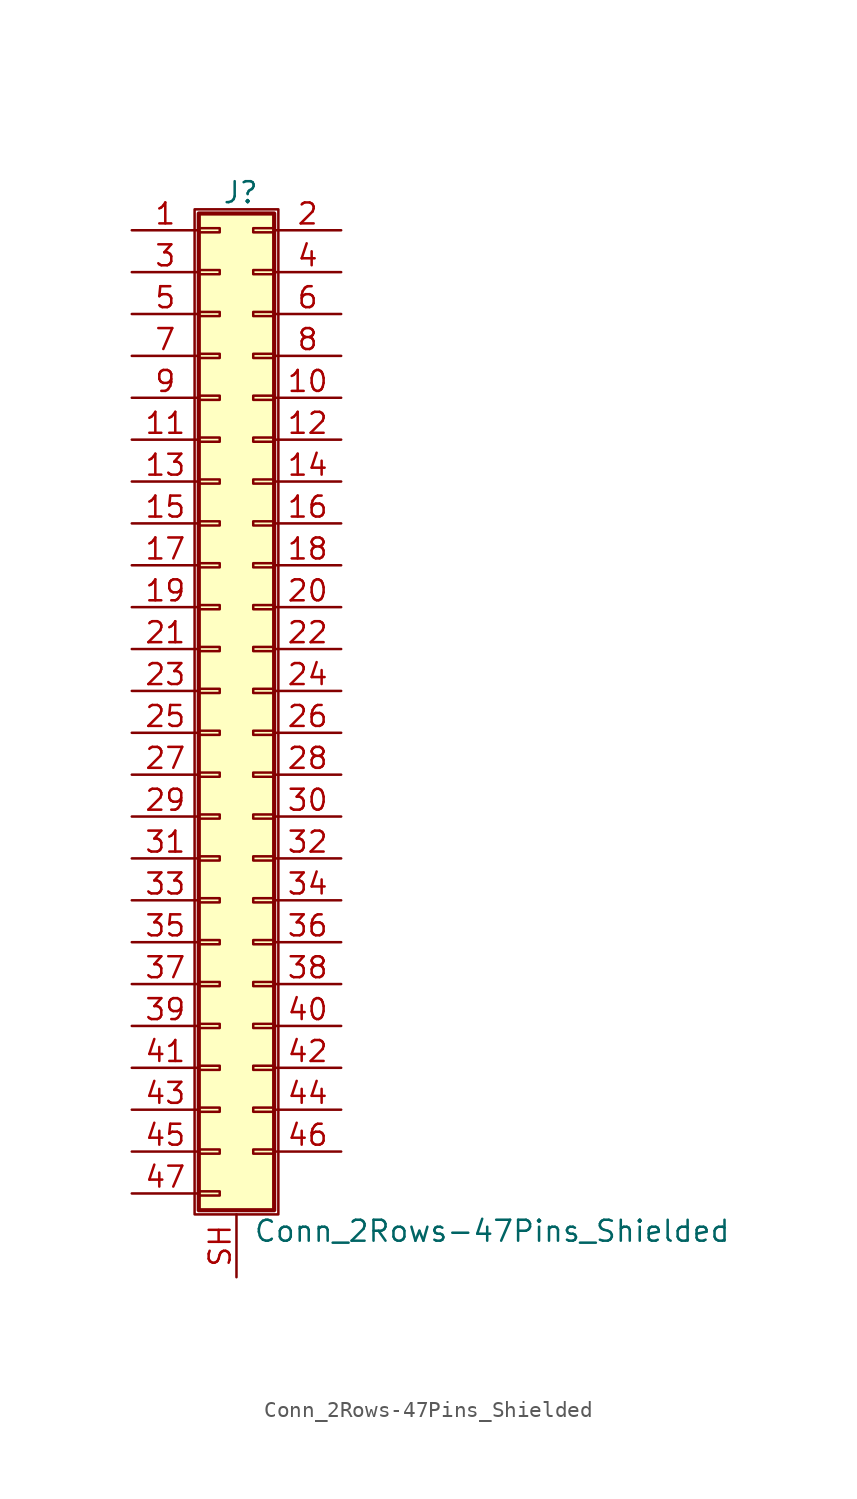
<source format=kicad_sym>
(kicad_symbol_lib
  (version 20211014)
  (generator kicad_symbol_editor)
  (symbol "Conn_2Rows-47Pins_Shielded"
    (pin_names
      (offset 1.016) hide)
    (property "Reference" "J"
      (at 1.524 30.226 0)
      (effects (font (size 1.27 1.27))))
    (property "Value" "Conn_2Rows-47Pins_Shielded"
      (at 2.286 -32.766 0)
      (effects (font (size 1.27 1.27)) (justify left)))
    (symbol "Conn_2Rows-47Pins_Shielded_1_1"
      (rectangle (start -1.27 29.21) (end 3.81 -31.75) (stroke (width 0.152) (type default) (color 0 0 0 0)) (fill (type none)))
      (rectangle (start -1.016 -30.353) (end 0.254 -30.607) (stroke (width 0.152) (type default) (color 0 0 0 0)) (fill (type none)))
      (rectangle (start -1.016 -27.813) (end 0.254 -28.067) (stroke (width 0.152) (type default) (color 0 0 0 0)) (fill (type none)))
      (rectangle (start -1.016 -25.273) (end 0.254 -25.527) (stroke (width 0.152) (type default) (color 0 0 0 0)) (fill (type none)))
      (rectangle (start -1.016 -22.733) (end 0.254 -22.987) (stroke (width 0.152) (type default) (color 0 0 0 0)) (fill (type none)))
      (rectangle (start -1.016 -20.193) (end 0.254 -20.447) (stroke (width 0.152) (type default) (color 0 0 0 0)) (fill (type none)))
      (rectangle (start -1.016 -17.653) (end 0.254 -17.907) (stroke (width 0.152) (type default) (color 0 0 0 0)) (fill (type none)))
      (rectangle (start -1.016 -15.113) (end 0.254 -15.367) (stroke (width 0.152) (type default) (color 0 0 0 0)) (fill (type none)))
      (rectangle (start -1.016 -12.573) (end 0.254 -12.827) (stroke (width 0.152) (type default) (color 0 0 0 0)) (fill (type none)))
      (rectangle (start -1.016 -10.033) (end 0.254 -10.287) (stroke (width 0.152) (type default) (color 0 0 0 0)) (fill (type none)))
      (rectangle (start -1.016 -7.493) (end 0.254 -7.747) (stroke (width 0.152) (type default) (color 0 0 0 0)) (fill (type none)))
      (rectangle (start -1.016 -4.953) (end 0.254 -5.207) (stroke (width 0.152) (type default) (color 0 0 0 0)) (fill (type none)))
      (rectangle (start -1.016 -2.413) (end 0.254 -2.667) (stroke (width 0.152) (type default) (color 0 0 0 0)) (fill (type none)))
      (rectangle (start -1.016 0.127) (end 0.254 -0.127) (stroke (width 0.152) (type default) (color 0 0 0 0)) (fill (type none)))
      (rectangle (start -1.016 2.667) (end 0.254 2.413) (stroke (width 0.152) (type default) (color 0 0 0 0)) (fill (type none)))
      (rectangle (start -1.016 5.207) (end 0.254 4.953) (stroke (width 0.152) (type default) (color 0 0 0 0)) (fill (type none)))
      (rectangle (start -1.016 7.747) (end 0.254 7.493) (stroke (width 0.152) (type default) (color 0 0 0 0)) (fill (type none)))
      (rectangle (start -1.016 10.287) (end 0.254 10.033) (stroke (width 0.152) (type default) (color 0 0 0 0)) (fill (type none)))
      (rectangle (start -1.016 12.827) (end 0.254 12.573) (stroke (width 0.152) (type default) (color 0 0 0 0)) (fill (type none)))
      (rectangle (start -1.016 15.367) (end 0.254 15.113) (stroke (width 0.152) (type default) (color 0 0 0 0)) (fill (type none)))
      (rectangle (start -1.016 17.907) (end 0.254 17.653) (stroke (width 0.152) (type default) (color 0 0 0 0)) (fill (type none)))
      (rectangle (start -1.016 20.447) (end 0.254 20.193) (stroke (width 0.152) (type default) (color 0 0 0 0)) (fill (type none)))
      (rectangle (start -1.016 22.987) (end 0.254 22.733) (stroke (width 0.152) (type default) (color 0 0 0 0)) (fill (type none)))
      (rectangle (start -1.016 25.527) (end 0.254 25.273) (stroke (width 0.152) (type default) (color 0 0 0 0)) (fill (type none)))
      (rectangle (start -1.016 28.067) (end 0.254 27.813) (stroke (width 0.152) (type default) (color 0 0 0 0)) (fill (type none)))
      (rectangle (start -1.016 28.956) (end 3.556 -31.496) (stroke (width 0.254) (type default) (color 0 0 0 0)) (fill (type background)))
      (rectangle (start 3.556 -27.813) (end 2.286 -28.067) (stroke (width 0.152) (type default) (color 0 0 0 0)) (fill (type none)))
      (rectangle (start 3.556 -25.273) (end 2.286 -25.527) (stroke (width 0.152) (type default) (color 0 0 0 0)) (fill (type none)))
      (rectangle (start 3.556 -22.733) (end 2.286 -22.987) (stroke (width 0.152) (type default) (color 0 0 0 0)) (fill (type none)))
      (rectangle (start 3.556 -20.193) (end 2.286 -20.447) (stroke (width 0.152) (type default) (color 0 0 0 0)) (fill (type none)))
      (rectangle (start 3.556 -17.653) (end 2.286 -17.907) (stroke (width 0.152) (type default) (color 0 0 0 0)) (fill (type none)))
      (rectangle (start 3.556 -15.113) (end 2.286 -15.367) (stroke (width 0.152) (type default) (color 0 0 0 0)) (fill (type none)))
      (rectangle (start 3.556 -12.573) (end 2.286 -12.827) (stroke (width 0.152) (type default) (color 0 0 0 0)) (fill (type none)))
      (rectangle (start 3.556 -10.033) (end 2.286 -10.287) (stroke (width 0.152) (type default) (color 0 0 0 0)) (fill (type none)))
      (rectangle (start 3.556 -7.493) (end 2.286 -7.747) (stroke (width 0.152) (type default) (color 0 0 0 0)) (fill (type none)))
      (rectangle (start 3.556 -4.953) (end 2.286 -5.207) (stroke (width 0.152) (type default) (color 0 0 0 0)) (fill (type none)))
      (rectangle (start 3.556 -2.413) (end 2.286 -2.667) (stroke (width 0.152) (type default) (color 0 0 0 0)) (fill (type none)))
      (rectangle (start 3.556 0.127) (end 2.286 -0.127) (stroke (width 0.152) (type default) (color 0 0 0 0)) (fill (type none)))
      (rectangle (start 3.556 2.667) (end 2.286 2.413) (stroke (width 0.152) (type default) (color 0 0 0 0)) (fill (type none)))
      (rectangle (start 3.556 5.207) (end 2.286 4.953) (stroke (width 0.152) (type default) (color 0 0 0 0)) (fill (type none)))
      (rectangle (start 3.556 7.747) (end 2.286 7.493) (stroke (width 0.152) (type default) (color 0 0 0 0)) (fill (type none)))
      (rectangle (start 3.556 10.287) (end 2.286 10.033) (stroke (width 0.152) (type default) (color 0 0 0 0)) (fill (type none)))
      (rectangle (start 3.556 12.827) (end 2.286 12.573) (stroke (width 0.152) (type default) (color 0 0 0 0)) (fill (type none)))
      (rectangle (start 3.556 15.367) (end 2.286 15.113) (stroke (width 0.152) (type default) (color 0 0 0 0)) (fill (type none)))
      (rectangle (start 3.556 17.907) (end 2.286 17.653) (stroke (width 0.152) (type default) (color 0 0 0 0)) (fill (type none)))
      (rectangle (start 3.556 20.447) (end 2.286 20.193) (stroke (width 0.152) (type default) (color 0 0 0 0)) (fill (type none)))
      (rectangle (start 3.556 22.987) (end 2.286 22.733) (stroke (width 0.152) (type default) (color 0 0 0 0)) (fill (type none)))
      (rectangle (start 3.556 25.527) (end 2.286 25.273) (stroke (width 0.152) (type default) (color 0 0 0 0)) (fill (type none)))
      (rectangle (start 3.556 28.067) (end 2.286 27.813) (stroke (width 0.152) (type default) (color 0 0 0 0)) (fill (type none)))
      (pin passive line (at -5.08 27.94 0) (length 4.064) (name "Pin_1" (effects (font (size 1.27 1.27)))) (number "1" (effects (font (size 1.27 1.27)))))
      (pin passive line (at 7.62 17.78 180) (length 4.064) (name "Pin_10" (effects (font (size 1.27 1.27)))) (number "10" (effects (font (size 1.27 1.27)))))
      (pin passive line (at -5.08 15.24 0) (length 4.064) (name "Pin_11" (effects (font (size 1.27 1.27)))) (number "11" (effects (font (size 1.27 1.27)))))
      (pin passive line (at 7.62 15.24 180) (length 4.064) (name "Pin_12" (effects (font (size 1.27 1.27)))) (number "12" (effects (font (size 1.27 1.27)))))
      (pin passive line (at -5.08 12.7 0) (length 4.064) (name "Pin_13" (effects (font (size 1.27 1.27)))) (number "13" (effects (font (size 1.27 1.27)))))
      (pin passive line (at 7.62 12.7 180) (length 4.064) (name "Pin_14" (effects (font (size 1.27 1.27)))) (number "14" (effects (font (size 1.27 1.27)))))
      (pin passive line (at -5.08 10.16 0) (length 4.064) (name "Pin_15" (effects (font (size 1.27 1.27)))) (number "15" (effects (font (size 1.27 1.27)))))
      (pin passive line (at 7.62 10.16 180) (length 4.064) (name "Pin_16" (effects (font (size 1.27 1.27)))) (number "16" (effects (font (size 1.27 1.27)))))
      (pin passive line (at -5.08 7.62 0) (length 4.064) (name "Pin_17" (effects (font (size 1.27 1.27)))) (number "17" (effects (font (size 1.27 1.27)))))
      (pin passive line (at 7.62 7.62 180) (length 4.064) (name "Pin_18" (effects (font (size 1.27 1.27)))) (number "18" (effects (font (size 1.27 1.27)))))
      (pin passive line (at -5.08 5.08 0) (length 4.064) (name "Pin_19" (effects (font (size 1.27 1.27)))) (number "19" (effects (font (size 1.27 1.27)))))
      (pin passive line (at 7.62 27.94 180) (length 4.064) (name "Pin_2" (effects (font (size 1.27 1.27)))) (number "2" (effects (font (size 1.27 1.27)))))
      (pin passive line (at 7.62 5.08 180) (length 4.064) (name "Pin_20" (effects (font (size 1.27 1.27)))) (number "20" (effects (font (size 1.27 1.27)))))
      (pin passive line (at -5.08 2.54 0) (length 4.064) (name "Pin_21" (effects (font (size 1.27 1.27)))) (number "21" (effects (font (size 1.27 1.27)))))
      (pin passive line (at 7.62 2.54 180) (length 4.064) (name "Pin_22" (effects (font (size 1.27 1.27)))) (number "22" (effects (font (size 1.27 1.27)))))
      (pin passive line (at -5.08 0 0) (length 4.064) (name "Pin_23" (effects (font (size 1.27 1.27)))) (number "23" (effects (font (size 1.27 1.27)))))
      (pin passive line (at 7.62 0 180) (length 4.064) (name "Pin_24" (effects (font (size 1.27 1.27)))) (number "24" (effects (font (size 1.27 1.27)))))
      (pin passive line (at -5.08 -2.54 0) (length 4.064) (name "Pin_25" (effects (font (size 1.27 1.27)))) (number "25" (effects (font (size 1.27 1.27)))))
      (pin passive line (at 7.62 -2.54 180) (length 4.064) (name "Pin_26" (effects (font (size 1.27 1.27)))) (number "26" (effects (font (size 1.27 1.27)))))
      (pin passive line (at -5.08 -5.08 0) (length 4.064) (name "Pin_27" (effects (font (size 1.27 1.27)))) (number "27" (effects (font (size 1.27 1.27)))))
      (pin passive line (at 7.62 -5.08 180) (length 4.064) (name "Pin_28" (effects (font (size 1.27 1.27)))) (number "28" (effects (font (size 1.27 1.27)))))
      (pin passive line (at -5.08 -7.62 0) (length 4.064) (name "Pin_29" (effects (font (size 1.27 1.27)))) (number "29" (effects (font (size 1.27 1.27)))))
      (pin passive line (at -5.08 25.4 0) (length 4.064) (name "Pin_3" (effects (font (size 1.27 1.27)))) (number "3" (effects (font (size 1.27 1.27)))))
      (pin passive line (at 7.62 -7.62 180) (length 4.064) (name "Pin_30" (effects (font (size 1.27 1.27)))) (number "30" (effects (font (size 1.27 1.27)))))
      (pin passive line (at -5.08 -10.16 0) (length 4.064) (name "Pin_31" (effects (font (size 1.27 1.27)))) (number "31" (effects (font (size 1.27 1.27)))))
      (pin passive line (at 7.62 -10.16 180) (length 4.064) (name "Pin_32" (effects (font (size 1.27 1.27)))) (number "32" (effects (font (size 1.27 1.27)))))
      (pin passive line (at -5.08 -12.7 0) (length 4.064) (name "Pin_33" (effects (font (size 1.27 1.27)))) (number "33" (effects (font (size 1.27 1.27)))))
      (pin passive line (at 7.62 -12.7 180) (length 4.064) (name "Pin_34" (effects (font (size 1.27 1.27)))) (number "34" (effects (font (size 1.27 1.27)))))
      (pin passive line (at -5.08 -15.24 0) (length 4.064) (name "Pin_35" (effects (font (size 1.27 1.27)))) (number "35" (effects (font (size 1.27 1.27)))))
      (pin passive line (at 7.62 -15.24 180) (length 4.064) (name "Pin_36" (effects (font (size 1.27 1.27)))) (number "36" (effects (font (size 1.27 1.27)))))
      (pin passive line (at -5.08 -17.78 0) (length 4.064) (name "Pin_37" (effects (font (size 1.27 1.27)))) (number "37" (effects (font (size 1.27 1.27)))))
      (pin passive line (at 7.62 -17.78 180) (length 4.064) (name "Pin_38" (effects (font (size 1.27 1.27)))) (number "38" (effects (font (size 1.27 1.27)))))
      (pin passive line (at -5.08 -20.32 0) (length 4.064) (name "Pin_39" (effects (font (size 1.27 1.27)))) (number "39" (effects (font (size 1.27 1.27)))))
      (pin passive line (at 7.62 25.4 180) (length 4.064) (name "Pin_4" (effects (font (size 1.27 1.27)))) (number "4" (effects (font (size 1.27 1.27)))))
      (pin passive line (at 7.62 -20.32 180) (length 4.064) (name "Pin_40" (effects (font (size 1.27 1.27)))) (number "40" (effects (font (size 1.27 1.27)))))
      (pin passive line (at -5.08 -22.86 0) (length 4.064) (name "Pin_41" (effects (font (size 1.27 1.27)))) (number "41" (effects (font (size 1.27 1.27)))))
      (pin passive line (at 7.62 -22.86 180) (length 4.064) (name "Pin_42" (effects (font (size 1.27 1.27)))) (number "42" (effects (font (size 1.27 1.27)))))
      (pin passive line (at -5.08 -25.4 0) (length 4.064) (name "Pin_43" (effects (font (size 1.27 1.27)))) (number "43" (effects (font (size 1.27 1.27)))))
      (pin passive line (at 7.62 -25.4 180) (length 4.064) (name "Pin_44" (effects (font (size 1.27 1.27)))) (number "44" (effects (font (size 1.27 1.27)))))
      (pin passive line (at -5.08 -27.94 0) (length 4.064) (name "Pin_45" (effects (font (size 1.27 1.27)))) (number "45" (effects (font (size 1.27 1.27)))))
      (pin passive line (at 7.62 -27.94 180) (length 4.064) (name "Pin_46" (effects (font (size 1.27 1.27)))) (number "46" (effects (font (size 1.27 1.27)))))
      (pin passive line (at -5.08 -30.48 0) (length 4.064) (name "Pin_47" (effects (font (size 1.27 1.27)))) (number "47" (effects (font (size 1.27 1.27)))))
      (pin passive line (at -5.08 22.86 0) (length 4.064) (name "Pin_5" (effects (font (size 1.27 1.27)))) (number "5" (effects (font (size 1.27 1.27)))))
      (pin passive line (at 7.62 22.86 180) (length 4.064) (name "Pin_6" (effects (font (size 1.27 1.27)))) (number "6" (effects (font (size 1.27 1.27)))))
      (pin passive line (at -5.08 20.32 0) (length 4.064) (name "Pin_7" (effects (font (size 1.27 1.27)))) (number "7" (effects (font (size 1.27 1.27)))))
      (pin passive line (at 7.62 20.32 180) (length 4.064) (name "Pin_8" (effects (font (size 1.27 1.27)))) (number "8" (effects (font (size 1.27 1.27)))))
      (pin passive line (at -5.08 17.78 0) (length 4.064) (name "Pin_9" (effects (font (size 1.27 1.27)))) (number "9" (effects (font (size 1.27 1.27)))))
      (pin passive line (at 1.27 -35.56 90) (length 3.81) (name "Shield" (effects (font (size 1.27 1.27)))) (number "SH" (effects (font (size 1.27 1.27))))))))
</source>
